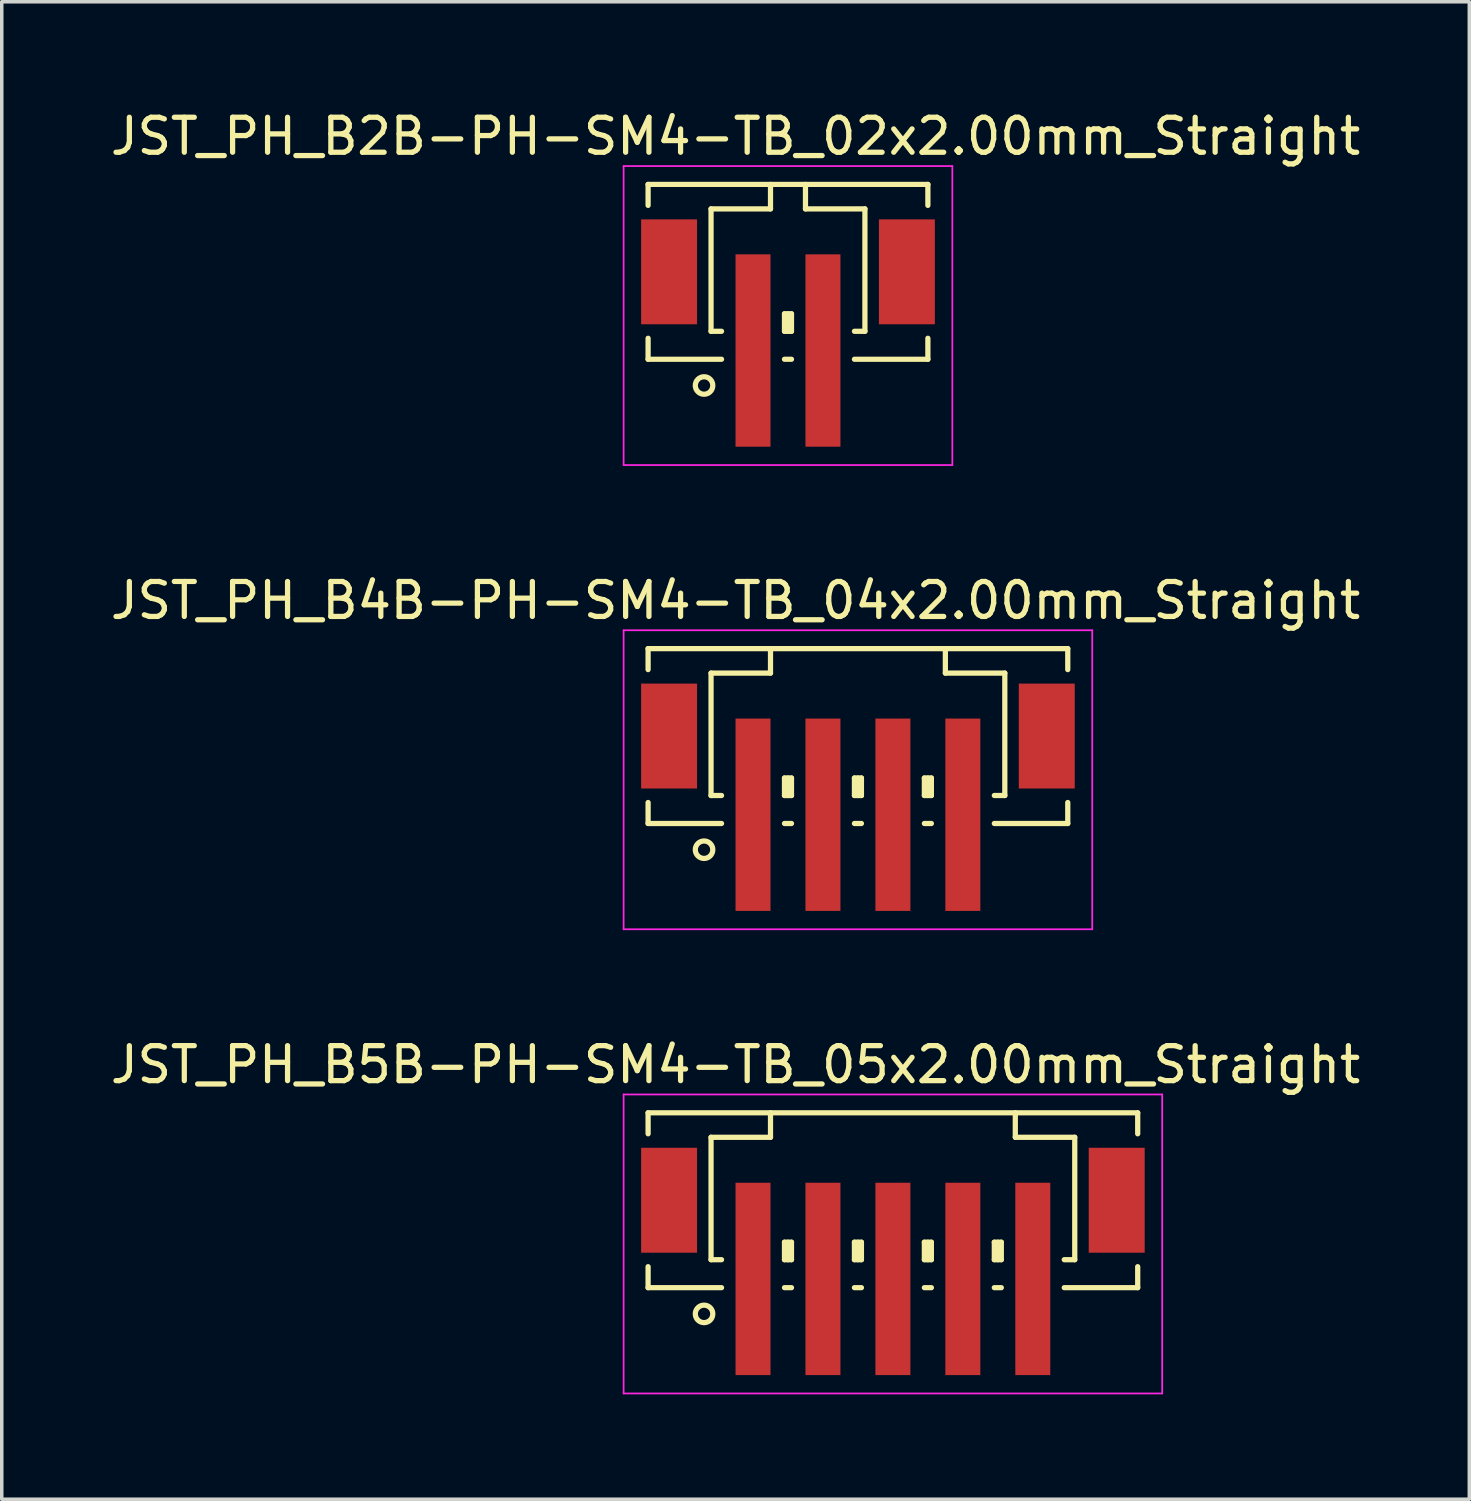
<source format=kicad_pcb>
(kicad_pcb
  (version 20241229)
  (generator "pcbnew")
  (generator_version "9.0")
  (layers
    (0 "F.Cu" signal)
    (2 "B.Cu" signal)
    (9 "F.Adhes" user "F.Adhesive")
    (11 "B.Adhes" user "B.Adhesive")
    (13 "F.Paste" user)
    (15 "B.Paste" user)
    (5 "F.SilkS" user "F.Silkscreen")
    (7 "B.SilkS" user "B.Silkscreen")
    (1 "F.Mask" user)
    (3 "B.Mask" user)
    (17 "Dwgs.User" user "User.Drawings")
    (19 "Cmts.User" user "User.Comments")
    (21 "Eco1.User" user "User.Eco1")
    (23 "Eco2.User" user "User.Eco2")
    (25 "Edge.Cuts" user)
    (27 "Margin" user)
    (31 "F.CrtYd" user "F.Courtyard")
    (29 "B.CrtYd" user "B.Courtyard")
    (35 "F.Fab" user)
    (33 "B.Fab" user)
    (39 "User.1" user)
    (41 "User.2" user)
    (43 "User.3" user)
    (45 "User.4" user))
  (footprint "JST_PH_B2B-PH-SM4-TB_02x2.00mm_Straight"
    (layer "F.Cu")
    (at 19.482 5.848)
    (property "Reference" "JST_PH_B2B-PH-SM4-TB_02x2.00mm_Straight" (at -1.5 -5 0) (layer "F.SilkS") (effects (font (size 1 1) (thickness 0.15))))
    (attr smd)
    (fp_line (start -4 -3.625) (end 4 -3.625) (stroke (width 0.15) (type solid)) (layer "F.SilkS"))
    (fp_line (start -4 -3.025) (end -4 -3.625) (stroke (width 0.15) (type solid)) (layer "F.SilkS"))
    (fp_line (start -4 0.775) (end -4 1.375) (stroke (width 0.15) (type solid)) (layer "F.SilkS"))
    (fp_line (start -4 1.375) (end -1.9 1.375) (stroke (width 0.15) (type solid)) (layer "F.SilkS"))
    (fp_line (start -2.2 -2.925) (end -2.2 0.575) (stroke (width 0.15) (type solid)) (layer "F.SilkS"))
    (fp_line (start -2.2 0.575) (end -1.9 0.575) (stroke (width 0.15) (type solid)) (layer "F.SilkS"))
    (fp_line (start -0.5 -3.625) (end -0.5 -2.925) (stroke (width 0.15) (type solid)) (layer "F.SilkS"))
    (fp_line (start -0.5 -2.925) (end -2.2 -2.925) (stroke (width 0.15) (type solid)) (layer "F.SilkS"))
    (fp_line (start -0.1 0.075) (end 0.1 0.075) (stroke (width 0.15) (type solid)) (layer "F.SilkS"))
    (fp_line (start -0.1 0.575) (end -0.1 0.075) (stroke (width 0.15) (type solid)) (layer "F.SilkS"))
    (fp_line (start -0.1 0.575) (end 0.1 0.575) (stroke (width 0.15) (type solid)) (layer "F.SilkS"))
    (fp_line (start -0.1 1.375) (end 0.1 1.375) (stroke (width 0.15) (type solid)) (layer "F.SilkS"))
    (fp_line (start 0 0.575) (end 0 0.075) (stroke (width 0.15) (type solid)) (layer "F.SilkS"))
    (fp_line (start 0.1 0.075) (end 0.1 0.575) (stroke (width 0.15) (type solid)) (layer "F.SilkS"))
    (fp_line (start 0.5 -3.625) (end 0.5 -2.925) (stroke (width 0.15) (type solid)) (layer "F.SilkS"))
    (fp_line (start 0.5 -2.925) (end 2.2 -2.925) (stroke (width 0.15) (type solid)) (layer "F.SilkS"))
    (fp_line (start 2.2 -2.925) (end 2.2 0.575) (stroke (width 0.15) (type solid)) (layer "F.SilkS"))
    (fp_line (start 2.2 0.575) (end 1.9 0.575) (stroke (width 0.15) (type solid)) (layer "F.SilkS"))
    (fp_line (start 4 -3.625) (end 4 -3.025) (stroke (width 0.15) (type solid)) (layer "F.SilkS"))
    (fp_line (start 4 0.775) (end 4 1.375) (stroke (width 0.15) (type solid)) (layer "F.SilkS"))
    (fp_line (start 4 1.375) (end 1.9 1.375) (stroke (width 0.15) (type solid)) (layer "F.SilkS"))
    (fp_circle (center -2.4 2.125) (end -2.15 2.125) (stroke (width 0.15) (type solid)) (fill no) (layer "F.SilkS"))
    (fp_line (start -4.7 -4.15) (end 4.7 -4.15) (stroke (width 0.05) (type solid)) (layer "F.CrtYd"))
    (fp_line (start -4.7 4.4) (end -4.7 -4.15) (stroke (width 0.05) (type solid)) (layer "F.CrtYd"))
    (fp_line (start 4.7 -4.15) (end 4.7 4.4) (stroke (width 0.05) (type solid)) (layer "F.CrtYd"))
    (fp_line (start 4.7 4.4) (end -4.7 4.4) (stroke (width 0.05) (type solid)) (layer "F.CrtYd"))
    (pad "" smd rect (at -3.4 -1.125) (size 1.6 3) (layers "F.Cu" "F.Mask" "F.Paste"))
    (pad "" smd rect (at 3.4 -1.125) (size 1.6 3) (layers "F.Cu" "F.Mask" "F.Paste"))
    (pad "1" smd rect (at -1 1.125) (size 1 5.5) (layers "F.Cu" "F.Mask" "F.Paste"))
    (pad "2" smd rect (at 1 1.125) (size 1 5.5) (layers "F.Cu" "F.Mask" "F.Paste")))
  (footprint "JST_PH_B4B-PH-SM4-TB_04x2.00mm_Straight"
    (layer "F.Cu")
    (at 21.482 19.122)
    (property "Reference" "JST_PH_B4B-PH-SM4-TB_04x2.00mm_Straight" (at -3.5 -5 0) (layer "F.SilkS") (effects (font (size 1 1) (thickness 0.15))))
    (attr smd)
    (fp_line (start -6 -3.625) (end 6 -3.625) (stroke (width 0.15) (type solid)) (layer "F.SilkS"))
    (fp_line (start -6 -3.025) (end -6 -3.625) (stroke (width 0.15) (type solid)) (layer "F.SilkS"))
    (fp_line (start -6 0.775) (end -6 1.375) (stroke (width 0.15) (type solid)) (layer "F.SilkS"))
    (fp_line (start -6 1.375) (end -3.9 1.375) (stroke (width 0.15) (type solid)) (layer "F.SilkS"))
    (fp_line (start -4.2 -2.925) (end -4.2 0.575) (stroke (width 0.15) (type solid)) (layer "F.SilkS"))
    (fp_line (start -4.2 0.575) (end -3.9 0.575) (stroke (width 0.15) (type solid)) (layer "F.SilkS"))
    (fp_line (start -2.5 -3.625) (end -2.5 -2.925) (stroke (width 0.15) (type solid)) (layer "F.SilkS"))
    (fp_line (start -2.5 -2.925) (end -4.2 -2.925) (stroke (width 0.15) (type solid)) (layer "F.SilkS"))
    (fp_line (start -2.1 0.075) (end -1.9 0.075) (stroke (width 0.15) (type solid)) (layer "F.SilkS"))
    (fp_line (start -2.1 0.575) (end -2.1 0.075) (stroke (width 0.15) (type solid)) (layer "F.SilkS"))
    (fp_line (start -2.1 0.575) (end -1.9 0.575) (stroke (width 0.15) (type solid)) (layer "F.SilkS"))
    (fp_line (start -2.1 1.375) (end -1.9 1.375) (stroke (width 0.15) (type solid)) (layer "F.SilkS"))
    (fp_line (start -2 0.575) (end -2 0.075) (stroke (width 0.15) (type solid)) (layer "F.SilkS"))
    (fp_line (start -1.9 0.075) (end -1.9 0.575) (stroke (width 0.15) (type solid)) (layer "F.SilkS"))
    (fp_line (start -0.1 0.075) (end 0.1 0.075) (stroke (width 0.15) (type solid)) (layer "F.SilkS"))
    (fp_line (start -0.1 0.575) (end -0.1 0.075) (stroke (width 0.15) (type solid)) (layer "F.SilkS"))
    (fp_line (start -0.1 0.575) (end 0.1 0.575) (stroke (width 0.15) (type solid)) (layer "F.SilkS"))
    (fp_line (start -0.1 1.375) (end 0.1 1.375) (stroke (width 0.15) (type solid)) (layer "F.SilkS"))
    (fp_line (start 0 0.575) (end 0 0.075) (stroke (width 0.15) (type solid)) (layer "F.SilkS"))
    (fp_line (start 0.1 0.075) (end 0.1 0.575) (stroke (width 0.15) (type solid)) (layer "F.SilkS"))
    (fp_line (start 1.9 0.075) (end 2.1 0.075) (stroke (width 0.15) (type solid)) (layer "F.SilkS"))
    (fp_line (start 1.9 0.575) (end 1.9 0.075) (stroke (width 0.15) (type solid)) (layer "F.SilkS"))
    (fp_line (start 1.9 0.575) (end 2.1 0.575) (stroke (width 0.15) (type solid)) (layer "F.SilkS"))
    (fp_line (start 1.9 1.375) (end 2.1 1.375) (stroke (width 0.15) (type solid)) (layer "F.SilkS"))
    (fp_line (start 2 0.575) (end 2 0.075) (stroke (width 0.15) (type solid)) (layer "F.SilkS"))
    (fp_line (start 2.1 0.075) (end 2.1 0.575) (stroke (width 0.15) (type solid)) (layer "F.SilkS"))
    (fp_line (start 2.5 -3.625) (end 2.5 -2.925) (stroke (width 0.15) (type solid)) (layer "F.SilkS"))
    (fp_line (start 2.5 -2.925) (end 4.2 -2.925) (stroke (width 0.15) (type solid)) (layer "F.SilkS"))
    (fp_line (start 4.2 -2.925) (end 4.2 0.575) (stroke (width 0.15) (type solid)) (layer "F.SilkS"))
    (fp_line (start 4.2 0.575) (end 3.9 0.575) (stroke (width 0.15) (type solid)) (layer "F.SilkS"))
    (fp_line (start 6 -3.625) (end 6 -3.025) (stroke (width 0.15) (type solid)) (layer "F.SilkS"))
    (fp_line (start 6 0.775) (end 6 1.375) (stroke (width 0.15) (type solid)) (layer "F.SilkS"))
    (fp_line (start 6 1.375) (end 3.9 1.375) (stroke (width 0.15) (type solid)) (layer "F.SilkS"))
    (fp_circle (center -4.4 2.125) (end -4.15 2.125) (stroke (width 0.15) (type solid)) (fill no) (layer "F.SilkS"))
    (fp_line (start -6.7 -4.15) (end 6.7 -4.15) (stroke (width 0.05) (type solid)) (layer "F.CrtYd"))
    (fp_line (start -6.7 4.4) (end -6.7 -4.15) (stroke (width 0.05) (type solid)) (layer "F.CrtYd"))
    (fp_line (start 6.7 -4.15) (end 6.7 4.4) (stroke (width 0.05) (type solid)) (layer "F.CrtYd"))
    (fp_line (start 6.7 4.4) (end -6.7 4.4) (stroke (width 0.05) (type solid)) (layer "F.CrtYd"))
    (pad "" smd rect (at -5.4 -1.125) (size 1.6 3) (layers "F.Cu" "F.Mask" "F.Paste"))
    (pad "" smd rect (at 5.4 -1.125) (size 1.6 3) (layers "F.Cu" "F.Mask" "F.Paste"))
    (pad "1" smd rect (at -3 1.125) (size 1 5.5) (layers "F.Cu" "F.Mask" "F.Paste"))
    (pad "2" smd rect (at -1 1.125) (size 1 5.5) (layers "F.Cu" "F.Mask" "F.Paste"))
    (pad "3" smd rect (at 1 1.125) (size 1 5.5) (layers "F.Cu" "F.Mask" "F.Paste"))
    (pad "4" smd rect (at 3 1.125) (size 1 5.5) (layers "F.Cu" "F.Mask" "F.Paste")))
  (footprint "JST_PH_B5B-PH-SM4-TB_05x2.00mm_Straight"
    (layer "F.Cu")
    (at 22.482 32.395)
    (property "Reference" "JST_PH_B5B-PH-SM4-TB_05x2.00mm_Straight" (at -4.5 -5 0) (layer "F.SilkS") (effects (font (size 1 1) (thickness 0.15))))
    (attr smd)
    (fp_line (start -7 -3.625) (end 7 -3.625) (stroke (width 0.15) (type solid)) (layer "F.SilkS"))
    (fp_line (start -7 -3.025) (end -7 -3.625) (stroke (width 0.15) (type solid)) (layer "F.SilkS"))
    (fp_line (start -7 0.775) (end -7 1.375) (stroke (width 0.15) (type solid)) (layer "F.SilkS"))
    (fp_line (start -7 1.375) (end -4.9 1.375) (stroke (width 0.15) (type solid)) (layer "F.SilkS"))
    (fp_line (start -5.2 -2.925) (end -5.2 0.575) (stroke (width 0.15) (type solid)) (layer "F.SilkS"))
    (fp_line (start -5.2 0.575) (end -4.9 0.575) (stroke (width 0.15) (type solid)) (layer "F.SilkS"))
    (fp_line (start -3.5 -3.625) (end -3.5 -2.925) (stroke (width 0.15) (type solid)) (layer "F.SilkS"))
    (fp_line (start -3.5 -2.925) (end -5.2 -2.925) (stroke (width 0.15) (type solid)) (layer "F.SilkS"))
    (fp_line (start -3.1 0.075) (end -2.9 0.075) (stroke (width 0.15) (type solid)) (layer "F.SilkS"))
    (fp_line (start -3.1 0.575) (end -3.1 0.075) (stroke (width 0.15) (type solid)) (layer "F.SilkS"))
    (fp_line (start -3.1 0.575) (end -2.9 0.575) (stroke (width 0.15) (type solid)) (layer "F.SilkS"))
    (fp_line (start -3.1 1.375) (end -2.9 1.375) (stroke (width 0.15) (type solid)) (layer "F.SilkS"))
    (fp_line (start -3 0.575) (end -3 0.075) (stroke (width 0.15) (type solid)) (layer "F.SilkS"))
    (fp_line (start -2.9 0.075) (end -2.9 0.575) (stroke (width 0.15) (type solid)) (layer "F.SilkS"))
    (fp_line (start -1.1 0.075) (end -0.9 0.075) (stroke (width 0.15) (type solid)) (layer "F.SilkS"))
    (fp_line (start -1.1 0.575) (end -1.1 0.075) (stroke (width 0.15) (type solid)) (layer "F.SilkS"))
    (fp_line (start -1.1 0.575) (end -0.9 0.575) (stroke (width 0.15) (type solid)) (layer "F.SilkS"))
    (fp_line (start -1.1 1.375) (end -0.9 1.375) (stroke (width 0.15) (type solid)) (layer "F.SilkS"))
    (fp_line (start -1 0.575) (end -1 0.075) (stroke (width 0.15) (type solid)) (layer "F.SilkS"))
    (fp_line (start -0.9 0.075) (end -0.9 0.575) (stroke (width 0.15) (type solid)) (layer "F.SilkS"))
    (fp_line (start 0.9 0.075) (end 1.1 0.075) (stroke (width 0.15) (type solid)) (layer "F.SilkS"))
    (fp_line (start 0.9 0.575) (end 0.9 0.075) (stroke (width 0.15) (type solid)) (layer "F.SilkS"))
    (fp_line (start 0.9 0.575) (end 1.1 0.575) (stroke (width 0.15) (type solid)) (layer "F.SilkS"))
    (fp_line (start 0.9 1.375) (end 1.1 1.375) (stroke (width 0.15) (type solid)) (layer "F.SilkS"))
    (fp_line (start 1 0.575) (end 1 0.075) (stroke (width 0.15) (type solid)) (layer "F.SilkS"))
    (fp_line (start 1.1 0.075) (end 1.1 0.575) (stroke (width 0.15) (type solid)) (layer "F.SilkS"))
    (fp_line (start 2.9 0.075) (end 3.1 0.075) (stroke (width 0.15) (type solid)) (layer "F.SilkS"))
    (fp_line (start 2.9 0.575) (end 2.9 0.075) (stroke (width 0.15) (type solid)) (layer "F.SilkS"))
    (fp_line (start 2.9 0.575) (end 3.1 0.575) (stroke (width 0.15) (type solid)) (layer "F.SilkS"))
    (fp_line (start 2.9 1.375) (end 3.1 1.375) (stroke (width 0.15) (type solid)) (layer "F.SilkS"))
    (fp_line (start 3 0.575) (end 3 0.075) (stroke (width 0.15) (type solid)) (layer "F.SilkS"))
    (fp_line (start 3.1 0.075) (end 3.1 0.575) (stroke (width 0.15) (type solid)) (layer "F.SilkS"))
    (fp_line (start 3.5 -3.625) (end 3.5 -2.925) (stroke (width 0.15) (type solid)) (layer "F.SilkS"))
    (fp_line (start 3.5 -2.925) (end 5.2 -2.925) (stroke (width 0.15) (type solid)) (layer "F.SilkS"))
    (fp_line (start 5.2 -2.925) (end 5.2 0.575) (stroke (width 0.15) (type solid)) (layer "F.SilkS"))
    (fp_line (start 5.2 0.575) (end 4.9 0.575) (stroke (width 0.15) (type solid)) (layer "F.SilkS"))
    (fp_line (start 7 -3.625) (end 7 -3.025) (stroke (width 0.15) (type solid)) (layer "F.SilkS"))
    (fp_line (start 7 0.775) (end 7 1.375) (stroke (width 0.15) (type solid)) (layer "F.SilkS"))
    (fp_line (start 7 1.375) (end 4.9 1.375) (stroke (width 0.15) (type solid)) (layer "F.SilkS"))
    (fp_circle (center -5.4 2.125) (end -5.15 2.125) (stroke (width 0.15) (type solid)) (fill no) (layer "F.SilkS"))
    (fp_line (start -7.7 -4.15) (end 7.7 -4.15) (stroke (width 0.05) (type solid)) (layer "F.CrtYd"))
    (fp_line (start -7.7 4.4) (end -7.7 -4.15) (stroke (width 0.05) (type solid)) (layer "F.CrtYd"))
    (fp_line (start 7.7 -4.15) (end 7.7 4.4) (stroke (width 0.05) (type solid)) (layer "F.CrtYd"))
    (fp_line (start 7.7 4.4) (end -7.7 4.4) (stroke (width 0.05) (type solid)) (layer "F.CrtYd"))
    (pad "" smd rect (at -6.4 -1.125) (size 1.6 3) (layers "F.Cu" "F.Mask" "F.Paste"))
    (pad "" smd rect (at 6.4 -1.125) (size 1.6 3) (layers "F.Cu" "F.Mask" "F.Paste"))
    (pad "1" smd rect (at -4 1.125) (size 1 5.5) (layers "F.Cu" "F.Mask" "F.Paste"))
    (pad "2" smd rect (at -2 1.125) (size 1 5.5) (layers "F.Cu" "F.Mask" "F.Paste"))
    (pad "3" smd rect (at 0 1.125) (size 1 5.5) (layers "F.Cu" "F.Mask" "F.Paste"))
    (pad "4" smd rect (at 2 1.125) (size 1 5.5) (layers "F.Cu" "F.Mask" "F.Paste"))
    (pad "5" smd rect (at 4 1.125) (size 1 5.5) (layers "F.Cu" "F.Mask" "F.Paste")))
  (gr_rect
    (start -3 -3)
    (end 38.964 39.82)
    (stroke (width 0.1) (type default))
    (fill no)
    (layer "Edge.Cuts")))
</source>
